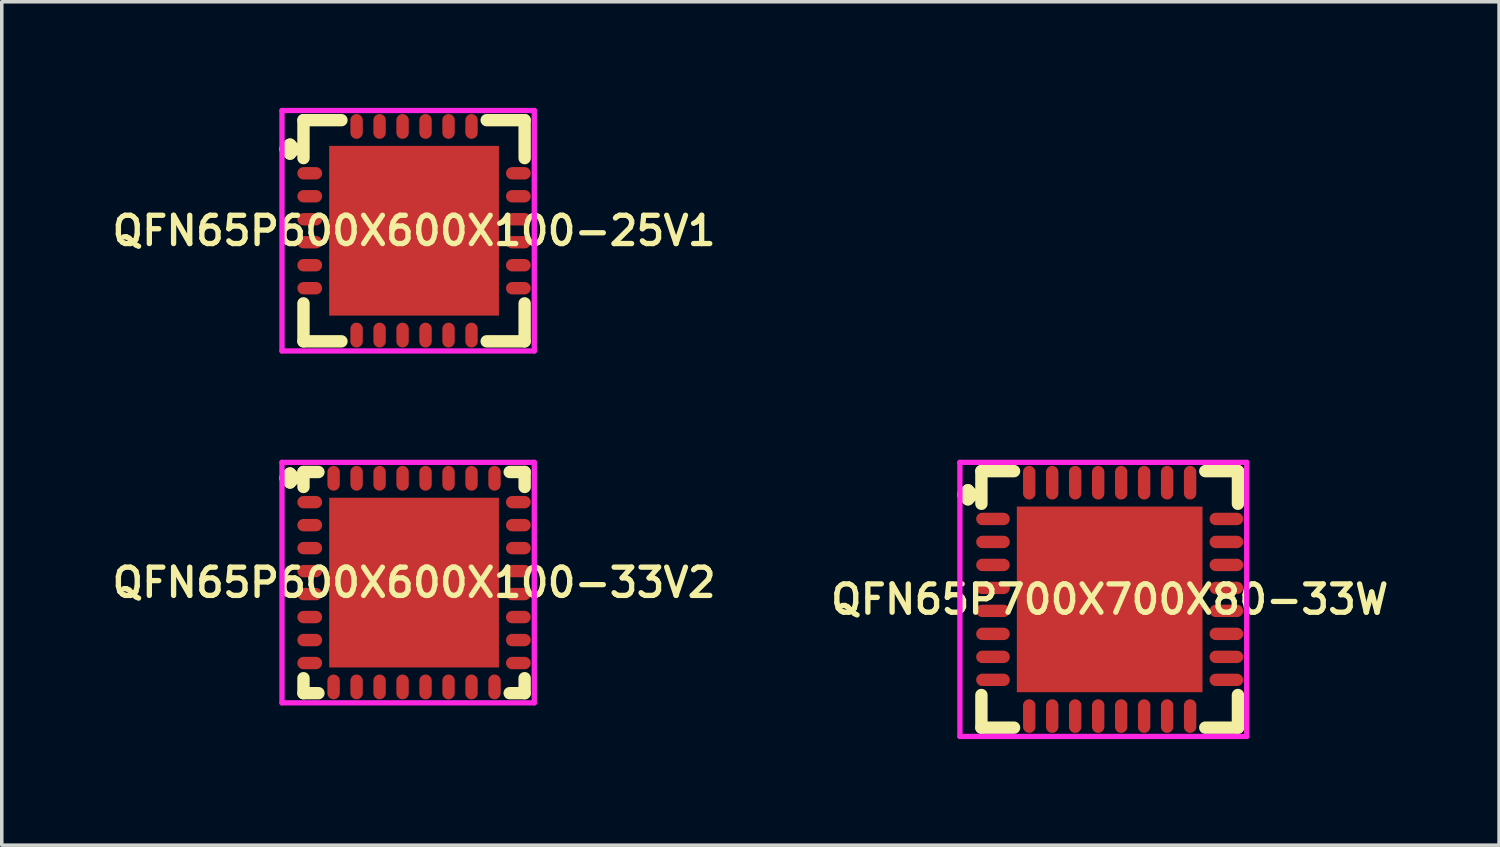
<source format=kicad_pcb>
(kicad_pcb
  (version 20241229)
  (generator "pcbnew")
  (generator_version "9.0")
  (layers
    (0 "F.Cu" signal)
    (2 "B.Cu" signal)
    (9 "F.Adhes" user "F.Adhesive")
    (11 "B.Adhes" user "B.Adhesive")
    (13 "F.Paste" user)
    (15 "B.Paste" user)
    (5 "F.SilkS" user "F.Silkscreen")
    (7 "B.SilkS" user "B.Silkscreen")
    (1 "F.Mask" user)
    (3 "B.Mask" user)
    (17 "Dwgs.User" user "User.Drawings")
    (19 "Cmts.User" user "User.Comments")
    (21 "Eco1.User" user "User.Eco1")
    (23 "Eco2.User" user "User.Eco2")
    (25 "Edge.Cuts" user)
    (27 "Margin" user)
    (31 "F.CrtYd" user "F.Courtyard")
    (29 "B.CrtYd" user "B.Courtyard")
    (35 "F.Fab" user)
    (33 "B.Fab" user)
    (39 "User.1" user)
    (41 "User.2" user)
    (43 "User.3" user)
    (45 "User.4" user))
  (footprint "QFN65P700X700X80-33W"
    (layer "F.Cu")
    (at 28.33 13.9)
    (property "Reference" "QFN65P700X700X80-33W" (at 0 0 0) (layer "F.SilkS") (effects (font (size 0.8 0.8) (thickness 0.15))))
    (attr through_hole)
    (fp_line (start -4.135 -2.958) (end -4.008 -3.085) (stroke (width 0.35) (type solid)) (layer "F.SilkS"))
    (fp_line (start -4.008 -3.085) (end -3.881 -2.958) (stroke (width 0.35) (type solid)) (layer "F.SilkS"))
    (fp_line (start -4.008 -2.831) (end -4.135 -2.958) (stroke (width 0.35) (type solid)) (layer "F.SilkS"))
    (fp_line (start -3.881 -2.958) (end -4.008 -2.831) (stroke (width 0.35) (type solid)) (layer "F.SilkS"))
    (fp_line (start -3.627 -3.627) (end -2.704 -3.627) (stroke (width 0.35) (type solid)) (layer "F.SilkS"))
    (fp_line (start -3.627 -2.704) (end -3.627 -3.627) (stroke (width 0.35) (type solid)) (layer "F.SilkS"))
    (fp_line (start -3.627 2.704) (end -3.627 3.627) (stroke (width 0.35) (type solid)) (layer "F.SilkS"))
    (fp_line (start -3.627 3.627) (end -2.704 3.627) (stroke (width 0.35) (type solid)) (layer "F.SilkS"))
    (fp_line (start 2.704 -3.627) (end 3.627 -3.627) (stroke (width 0.35) (type solid)) (layer "F.SilkS"))
    (fp_line (start 2.704 3.627) (end 3.627 3.627) (stroke (width 0.35) (type solid)) (layer "F.SilkS"))
    (fp_line (start 3.627 -3.627) (end 3.627 -2.704) (stroke (width 0.35) (type solid)) (layer "F.SilkS"))
    (fp_line (start 3.627 3.627) (end 3.627 2.704) (stroke (width 0.35) (type solid)) (layer "F.SilkS"))
    (fp_line (start -4.235 -3.875) (end 3.875 -3.875) (stroke (width 0.15) (type solid)) (layer "F.CrtYd"))
    (fp_line (start -4.235 3.875) (end -4.235 -3.875) (stroke (width 0.15) (type solid)) (layer "F.CrtYd"))
    (fp_line (start 3.875 -3.875) (end 3.875 3.875) (stroke (width 0.15) (type solid)) (layer "F.CrtYd"))
    (fp_line (start 3.875 3.875) (end -4.235 3.875) (stroke (width 0.15) (type solid)) (layer "F.CrtYd"))
    (pad "1" smd oval (at -3.3 -2.275) (size 0.95 0.35) (layers "F.Cu" "F.Mask" "F.Paste"))
    (pad "2" smd oval (at -3.3 -1.625) (size 0.95 0.35) (layers "F.Cu" "F.Mask" "F.Paste"))
    (pad "3" smd oval (at -3.3 -0.975) (size 0.95 0.35) (layers "F.Cu" "F.Mask" "F.Paste"))
    (pad "4" smd oval (at -3.3 -0.325) (size 0.95 0.35) (layers "F.Cu" "F.Mask" "F.Paste"))
    (pad "5" smd oval (at -3.3 0.325) (size 0.95 0.35) (layers "F.Cu" "F.Mask" "F.Paste"))
    (pad "6" smd oval (at -3.3 0.975) (size 0.95 0.35) (layers "F.Cu" "F.Mask" "F.Paste"))
    (pad "7" smd oval (at -3.3 1.625) (size 0.95 0.35) (layers "F.Cu" "F.Mask" "F.Paste"))
    (pad "8" smd oval (at -3.3 2.275) (size 0.95 0.35) (layers "F.Cu" "F.Mask" "F.Paste"))
    (pad "9" smd oval (at -2.275 3.3) (size 0.35 0.95) (layers "F.Cu" "F.Mask" "F.Paste"))
    (pad "10" smd oval (at -1.625 3.3) (size 0.35 0.95) (layers "F.Cu" "F.Mask" "F.Paste"))
    (pad "11" smd oval (at -0.975 3.3) (size 0.35 0.95) (layers "F.Cu" "F.Mask" "F.Paste"))
    (pad "12" smd oval (at -0.325 3.3) (size 0.35 0.95) (layers "F.Cu" "F.Mask" "F.Paste"))
    (pad "13" smd oval (at 0.325 3.3) (size 0.35 0.95) (layers "F.Cu" "F.Mask" "F.Paste"))
    (pad "14" smd oval (at 0.975 3.3) (size 0.35 0.95) (layers "F.Cu" "F.Mask" "F.Paste"))
    (pad "15" smd oval (at 1.625 3.3) (size 0.35 0.95) (layers "F.Cu" "F.Mask" "F.Paste"))
    (pad "16" smd oval (at 2.275 3.3) (size 0.35 0.95) (layers "F.Cu" "F.Mask" "F.Paste"))
    (pad "17" smd oval (at 3.3 2.275) (size 0.95 0.35) (layers "F.Cu" "F.Mask" "F.Paste"))
    (pad "18" smd oval (at 3.3 1.625) (size 0.95 0.35) (layers "F.Cu" "F.Mask" "F.Paste"))
    (pad "19" smd oval (at 3.3 0.975) (size 0.95 0.35) (layers "F.Cu" "F.Mask" "F.Paste"))
    (pad "20" smd oval (at 3.3 0.325) (size 0.95 0.35) (layers "F.Cu" "F.Mask" "F.Paste"))
    (pad "21" smd oval (at 3.3 -0.325) (size 0.95 0.35) (layers "F.Cu" "F.Mask" "F.Paste"))
    (pad "22" smd oval (at 3.3 -0.975) (size 0.95 0.35) (layers "F.Cu" "F.Mask" "F.Paste"))
    (pad "23" smd oval (at 3.3 -1.625) (size 0.95 0.35) (layers "F.Cu" "F.Mask" "F.Paste"))
    (pad "24" smd oval (at 3.3 -2.275) (size 0.95 0.35) (layers "F.Cu" "F.Mask" "F.Paste"))
    (pad "25" smd oval (at 2.275 -3.3) (size 0.35 0.95) (layers "F.Cu" "F.Mask" "F.Paste"))
    (pad "26" smd oval (at 1.625 -3.3) (size 0.35 0.95) (layers "F.Cu" "F.Mask" "F.Paste"))
    (pad "27" smd oval (at 0.975 -3.3) (size 0.35 0.95) (layers "F.Cu" "F.Mask" "F.Paste"))
    (pad "28" smd oval (at 0.325 -3.3) (size 0.35 0.95) (layers "F.Cu" "F.Mask" "F.Paste"))
    (pad "29" smd oval (at -0.325 -3.3) (size 0.35 0.95) (layers "F.Cu" "F.Mask" "F.Paste"))
    (pad "30" smd oval (at -0.975 -3.3) (size 0.35 0.95) (layers "F.Cu" "F.Mask" "F.Paste"))
    (pad "31" smd oval (at -1.625 -3.3) (size 0.35 0.95) (layers "F.Cu" "F.Mask" "F.Paste"))
    (pad "32" smd oval (at -2.275 -3.3) (size 0.35 0.95) (layers "F.Cu" "F.Mask" "F.Paste"))
    (pad "33" smd rect (at 0 0) (size 5.25 5.25) (layers "F.Cu" "F.Mask" "F.Paste")))
  (footprint "QFN65P600X600X100-25V1"
    (layer "F.Cu")
    (at 8.659 3.475)
    (property "Reference" "QFN65P600X600X100-25V1" (at 0 0 0) (layer "F.SilkS") (effects (font (size 0.8 0.8) (thickness 0.15))))
    (attr through_hole)
    (fp_line (start -3.635 -2.308) (end -3.508 -2.435) (stroke (width 0.35) (type solid)) (layer "F.SilkS"))
    (fp_line (start -3.508 -2.435) (end -3.381 -2.308) (stroke (width 0.35) (type solid)) (layer "F.SilkS"))
    (fp_line (start -3.508 -2.181) (end -3.635 -2.308) (stroke (width 0.35) (type solid)) (layer "F.SilkS"))
    (fp_line (start -3.381 -2.308) (end -3.508 -2.181) (stroke (width 0.35) (type solid)) (layer "F.SilkS"))
    (fp_line (start -3.127 -3.127) (end -2.054 -3.127) (stroke (width 0.35) (type solid)) (layer "F.SilkS"))
    (fp_line (start -3.127 -2.054) (end -3.127 -3.127) (stroke (width 0.35) (type solid)) (layer "F.SilkS"))
    (fp_line (start -3.127 2.054) (end -3.127 3.127) (stroke (width 0.35) (type solid)) (layer "F.SilkS"))
    (fp_line (start -3.127 3.127) (end -2.054 3.127) (stroke (width 0.35) (type solid)) (layer "F.SilkS"))
    (fp_line (start 2.054 -3.127) (end 3.127 -3.127) (stroke (width 0.35) (type solid)) (layer "F.SilkS"))
    (fp_line (start 2.054 3.127) (end 3.127 3.127) (stroke (width 0.35) (type solid)) (layer "F.SilkS"))
    (fp_line (start 3.127 -3.127) (end 3.127 -2.054) (stroke (width 0.35) (type solid)) (layer "F.SilkS"))
    (fp_line (start 3.127 3.127) (end 3.127 2.054) (stroke (width 0.35) (type solid)) (layer "F.SilkS"))
    (fp_line (start -3.735 -3.4) (end 3.4 -3.4) (stroke (width 0.15) (type solid)) (layer "F.CrtYd"))
    (fp_line (start -3.735 3.4) (end -3.735 -3.4) (stroke (width 0.15) (type solid)) (layer "F.CrtYd"))
    (fp_line (start 3.4 -3.4) (end 3.4 3.4) (stroke (width 0.15) (type solid)) (layer "F.CrtYd"))
    (fp_line (start 3.4 3.4) (end -3.735 3.4) (stroke (width 0.15) (type solid)) (layer "F.CrtYd"))
    (pad "1" smd oval (at -2.95 -1.625) (size 0.7 0.35) (layers "F.Cu" "F.Mask" "F.Paste"))
    (pad "2" smd oval (at -2.95 -0.975) (size 0.7 0.35) (layers "F.Cu" "F.Mask" "F.Paste"))
    (pad "3" smd oval (at -2.95 -0.325) (size 0.7 0.35) (layers "F.Cu" "F.Mask" "F.Paste"))
    (pad "4" smd oval (at -2.95 0.325) (size 0.7 0.35) (layers "F.Cu" "F.Mask" "F.Paste"))
    (pad "5" smd oval (at -2.95 0.975) (size 0.7 0.35) (layers "F.Cu" "F.Mask" "F.Paste"))
    (pad "6" smd oval (at -2.95 1.625) (size 0.7 0.35) (layers "F.Cu" "F.Mask" "F.Paste"))
    (pad "7" smd oval (at -1.625 2.95) (size 0.35 0.7) (layers "F.Cu" "F.Mask" "F.Paste"))
    (pad "8" smd oval (at -0.975 2.95) (size 0.35 0.7) (layers "F.Cu" "F.Mask" "F.Paste"))
    (pad "9" smd oval (at -0.325 2.95) (size 0.35 0.7) (layers "F.Cu" "F.Mask" "F.Paste"))
    (pad "10" smd oval (at 0.325 2.95) (size 0.35 0.7) (layers "F.Cu" "F.Mask" "F.Paste"))
    (pad "11" smd oval (at 0.975 2.95) (size 0.35 0.7) (layers "F.Cu" "F.Mask" "F.Paste"))
    (pad "12" smd oval (at 1.625 2.95) (size 0.35 0.7) (layers "F.Cu" "F.Mask" "F.Paste"))
    (pad "13" smd oval (at 2.95 1.625) (size 0.7 0.35) (layers "F.Cu" "F.Mask" "F.Paste"))
    (pad "14" smd oval (at 2.95 0.975) (size 0.7 0.35) (layers "F.Cu" "F.Mask" "F.Paste"))
    (pad "15" smd oval (at 2.95 0.325) (size 0.7 0.35) (layers "F.Cu" "F.Mask" "F.Paste"))
    (pad "16" smd oval (at 2.95 -0.325) (size 0.7 0.35) (layers "F.Cu" "F.Mask" "F.Paste"))
    (pad "17" smd oval (at 2.95 -0.975) (size 0.7 0.35) (layers "F.Cu" "F.Mask" "F.Paste"))
    (pad "18" smd oval (at 2.95 -1.625) (size 0.7 0.35) (layers "F.Cu" "F.Mask" "F.Paste"))
    (pad "19" smd oval (at 1.625 -2.95) (size 0.35 0.7) (layers "F.Cu" "F.Mask" "F.Paste"))
    (pad "20" smd oval (at 0.975 -2.95) (size 0.35 0.7) (layers "F.Cu" "F.Mask" "F.Paste"))
    (pad "21" smd oval (at 0.325 -2.95) (size 0.35 0.7) (layers "F.Cu" "F.Mask" "F.Paste"))
    (pad "22" smd oval (at -0.325 -2.95) (size 0.35 0.7) (layers "F.Cu" "F.Mask" "F.Paste"))
    (pad "23" smd oval (at -0.975 -2.95) (size 0.35 0.7) (layers "F.Cu" "F.Mask" "F.Paste"))
    (pad "24" smd oval (at -1.625 -2.95) (size 0.35 0.7) (layers "F.Cu" "F.Mask" "F.Paste"))
    (pad "25" smd rect (at 0 0) (size 4.8 4.8) (layers "F.Cu" "F.Mask" "F.Paste")))
  (footprint "QFN65P600X600X100-33V2"
    (layer "F.Cu")
    (at 8.659 13.425)
    (property "Reference" "QFN65P600X600X100-33V2" (at 0 0 0) (layer "F.SilkS") (effects (font (size 0.8 0.8) (thickness 0.15))))
    (attr through_hole)
    (fp_line (start -3.635 -2.958) (end -3.508 -3.085) (stroke (width 0.35) (type solid)) (layer "F.SilkS"))
    (fp_line (start -3.508 -3.085) (end -3.381 -2.958) (stroke (width 0.35) (type solid)) (layer "F.SilkS"))
    (fp_line (start -3.508 -2.831) (end -3.635 -2.958) (stroke (width 0.35) (type solid)) (layer "F.SilkS"))
    (fp_line (start -3.381 -2.958) (end -3.508 -2.831) (stroke (width 0.35) (type solid)) (layer "F.SilkS"))
    (fp_line (start -3.127 -3.127) (end -2.704 -3.127) (stroke (width 0.35) (type solid)) (layer "F.SilkS"))
    (fp_line (start -3.127 -2.704) (end -3.127 -3.127) (stroke (width 0.35) (type solid)) (layer "F.SilkS"))
    (fp_line (start -3.127 2.704) (end -3.127 3.127) (stroke (width 0.35) (type solid)) (layer "F.SilkS"))
    (fp_line (start -3.127 3.127) (end -2.704 3.127) (stroke (width 0.35) (type solid)) (layer "F.SilkS"))
    (fp_line (start 2.704 -3.127) (end 3.127 -3.127) (stroke (width 0.35) (type solid)) (layer "F.SilkS"))
    (fp_line (start 2.704 3.127) (end 3.127 3.127) (stroke (width 0.35) (type solid)) (layer "F.SilkS"))
    (fp_line (start 3.127 -3.127) (end 3.127 -2.704) (stroke (width 0.35) (type solid)) (layer "F.SilkS"))
    (fp_line (start 3.127 3.127) (end 3.127 2.704) (stroke (width 0.35) (type solid)) (layer "F.SilkS"))
    (fp_line (start -3.735 -3.4) (end 3.4 -3.4) (stroke (width 0.15) (type solid)) (layer "F.CrtYd"))
    (fp_line (start -3.735 3.4) (end -3.735 -3.4) (stroke (width 0.15) (type solid)) (layer "F.CrtYd"))
    (fp_line (start 3.4 -3.4) (end 3.4 3.4) (stroke (width 0.15) (type solid)) (layer "F.CrtYd"))
    (fp_line (start 3.4 3.4) (end -3.735 3.4) (stroke (width 0.15) (type solid)) (layer "F.CrtYd"))
    (pad "1" smd oval (at -2.95 -2.275) (size 0.7 0.35) (layers "F.Cu" "F.Mask" "F.Paste"))
    (pad "2" smd oval (at -2.95 -1.625) (size 0.7 0.35) (layers "F.Cu" "F.Mask" "F.Paste"))
    (pad "3" smd oval (at -2.95 -0.975) (size 0.7 0.35) (layers "F.Cu" "F.Mask" "F.Paste"))
    (pad "4" smd oval (at -2.95 -0.325) (size 0.7 0.35) (layers "F.Cu" "F.Mask" "F.Paste"))
    (pad "5" smd oval (at -2.95 0.325) (size 0.7 0.35) (layers "F.Cu" "F.Mask" "F.Paste"))
    (pad "6" smd oval (at -2.95 0.975) (size 0.7 0.35) (layers "F.Cu" "F.Mask" "F.Paste"))
    (pad "7" smd oval (at -2.95 1.625) (size 0.7 0.35) (layers "F.Cu" "F.Mask" "F.Paste"))
    (pad "8" smd oval (at -2.95 2.275) (size 0.7 0.35) (layers "F.Cu" "F.Mask" "F.Paste"))
    (pad "9" smd oval (at -2.275 2.95) (size 0.35 0.7) (layers "F.Cu" "F.Mask" "F.Paste"))
    (pad "10" smd oval (at -1.625 2.95) (size 0.35 0.7) (layers "F.Cu" "F.Mask" "F.Paste"))
    (pad "11" smd oval (at -0.975 2.95) (size 0.35 0.7) (layers "F.Cu" "F.Mask" "F.Paste"))
    (pad "12" smd oval (at -0.325 2.95) (size 0.35 0.7) (layers "F.Cu" "F.Mask" "F.Paste"))
    (pad "13" smd oval (at 0.325 2.95) (size 0.35 0.7) (layers "F.Cu" "F.Mask" "F.Paste"))
    (pad "14" smd oval (at 0.975 2.95) (size 0.35 0.7) (layers "F.Cu" "F.Mask" "F.Paste"))
    (pad "15" smd oval (at 1.625 2.95) (size 0.35 0.7) (layers "F.Cu" "F.Mask" "F.Paste"))
    (pad "16" smd oval (at 2.275 2.95) (size 0.35 0.7) (layers "F.Cu" "F.Mask" "F.Paste"))
    (pad "17" smd oval (at 2.95 2.275) (size 0.7 0.35) (layers "F.Cu" "F.Mask" "F.Paste"))
    (pad "18" smd oval (at 2.95 1.625) (size 0.7 0.35) (layers "F.Cu" "F.Mask" "F.Paste"))
    (pad "19" smd oval (at 2.95 0.975) (size 0.7 0.35) (layers "F.Cu" "F.Mask" "F.Paste"))
    (pad "20" smd oval (at 2.95 0.325) (size 0.7 0.35) (layers "F.Cu" "F.Mask" "F.Paste"))
    (pad "21" smd oval (at 2.95 -0.325) (size 0.7 0.35) (layers "F.Cu" "F.Mask" "F.Paste"))
    (pad "22" smd oval (at 2.95 -0.975) (size 0.7 0.35) (layers "F.Cu" "F.Mask" "F.Paste"))
    (pad "23" smd oval (at 2.95 -1.625) (size 0.7 0.35) (layers "F.Cu" "F.Mask" "F.Paste"))
    (pad "24" smd oval (at 2.95 -2.275) (size 0.7 0.35) (layers "F.Cu" "F.Mask" "F.Paste"))
    (pad "25" smd oval (at 2.275 -2.95) (size 0.35 0.7) (layers "F.Cu" "F.Mask" "F.Paste"))
    (pad "26" smd oval (at 1.625 -2.95) (size 0.35 0.7) (layers "F.Cu" "F.Mask" "F.Paste"))
    (pad "27" smd oval (at 0.975 -2.95) (size 0.35 0.7) (layers "F.Cu" "F.Mask" "F.Paste"))
    (pad "28" smd oval (at 0.325 -2.95) (size 0.35 0.7) (layers "F.Cu" "F.Mask" "F.Paste"))
    (pad "29" smd oval (at -0.325 -2.95) (size 0.35 0.7) (layers "F.Cu" "F.Mask" "F.Paste"))
    (pad "30" smd oval (at -0.975 -2.95) (size 0.35 0.7) (layers "F.Cu" "F.Mask" "F.Paste"))
    (pad "31" smd oval (at -1.625 -2.95) (size 0.35 0.7) (layers "F.Cu" "F.Mask" "F.Paste"))
    (pad "32" smd oval (at -2.275 -2.95) (size 0.35 0.7) (layers "F.Cu" "F.Mask" "F.Paste"))
    (pad "33" smd rect (at 0 0) (size 4.8 4.8) (layers "F.Cu" "F.Mask" "F.Paste")))
  (gr_rect
    (start -3 -3)
    (end 39.342 20.85)
    (stroke (width 0.1) (type default))
    (fill no)
    (layer "Edge.Cuts")))
</source>
